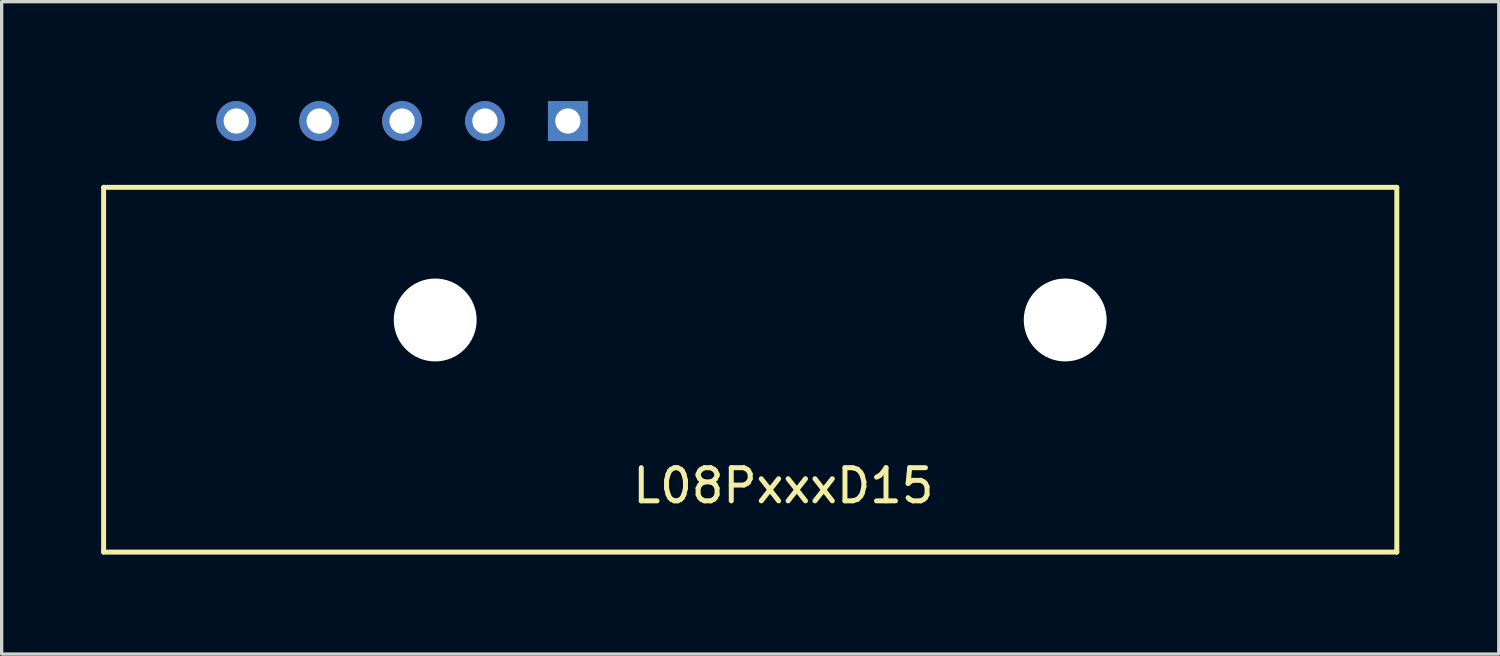
<source format=kicad_pcb>
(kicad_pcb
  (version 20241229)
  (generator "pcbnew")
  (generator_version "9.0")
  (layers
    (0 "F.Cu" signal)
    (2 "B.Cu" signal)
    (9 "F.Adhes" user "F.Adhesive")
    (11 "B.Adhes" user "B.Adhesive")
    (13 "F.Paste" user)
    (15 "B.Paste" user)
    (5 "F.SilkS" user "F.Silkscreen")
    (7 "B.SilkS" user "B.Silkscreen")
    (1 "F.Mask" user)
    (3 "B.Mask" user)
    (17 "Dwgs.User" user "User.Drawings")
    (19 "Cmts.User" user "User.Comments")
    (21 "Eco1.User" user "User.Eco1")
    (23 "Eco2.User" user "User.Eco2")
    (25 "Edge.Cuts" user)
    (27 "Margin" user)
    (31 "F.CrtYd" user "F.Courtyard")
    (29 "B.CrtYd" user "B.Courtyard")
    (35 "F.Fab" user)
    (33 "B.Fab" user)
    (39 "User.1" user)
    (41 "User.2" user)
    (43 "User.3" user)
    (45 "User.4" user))
  (footprint "L08PxxxD15"
    (layer "F.Cu")
    (at 11.575 5.6)
    (property "Reference" "L08PxxxD15" (at 9 6 0) (layer "F.SilkS") (effects (font (size 1 1) (thickness 0.15))))
    (attr through_hole)
    (fp_line (start -11.5 -3) (end -11.5 8) (stroke (width 0.15) (type solid)) (layer "F.SilkS"))
    (fp_line (start 27.5 -3) (end -11.5 -3) (stroke (width 0.15) (type solid)) (layer "F.SilkS"))
    (fp_line (start 27.5 -3) (end 27.5 8) (stroke (width 0.15) (type solid)) (layer "F.SilkS"))
    (fp_line (start 27.5 8) (end -11.5 8) (stroke (width 0.15) (type solid)) (layer "F.SilkS"))
    (pad "" np_thru_hole circle (at -1.5 1) (size 2.5 2.5) (drill 2.5) (layers "*.Cu" "*.Mask"))
    (pad "" np_thru_hole circle (at 17.5 1) (size 2.5 2.5) (drill 2.5) (layers "*.Cu" "*.Mask"))
    (pad "1" thru_hole rect (at 2.5 -5) (size 1.2 1.2) (drill 0.762) (layers "*.Cu" "*.Mask"))
    (pad "2" thru_hole circle (at 0 -5) (size 1.2 1.2) (drill 0.762) (layers "*.Cu" "*.Mask"))
    (pad "3" thru_hole circle (at -2.5 -5) (size 1.2 1.2) (drill 0.762) (layers "*.Cu" "*.Mask"))
    (pad "4" thru_hole circle (at -5 -5) (size 1.2 1.2) (drill 0.762) (layers "*.Cu" "*.Mask"))
    (pad "5" thru_hole circle (at -7.5 -5) (size 1.2 1.2) (drill 0.762) (layers "*.Cu" "*.Mask")))
  (gr_rect
    (start -3 -3)
    (end 42.15 16.675)
    (stroke (width 0.1) (type default))
    (fill no)
    (layer "Edge.Cuts")))
</source>
